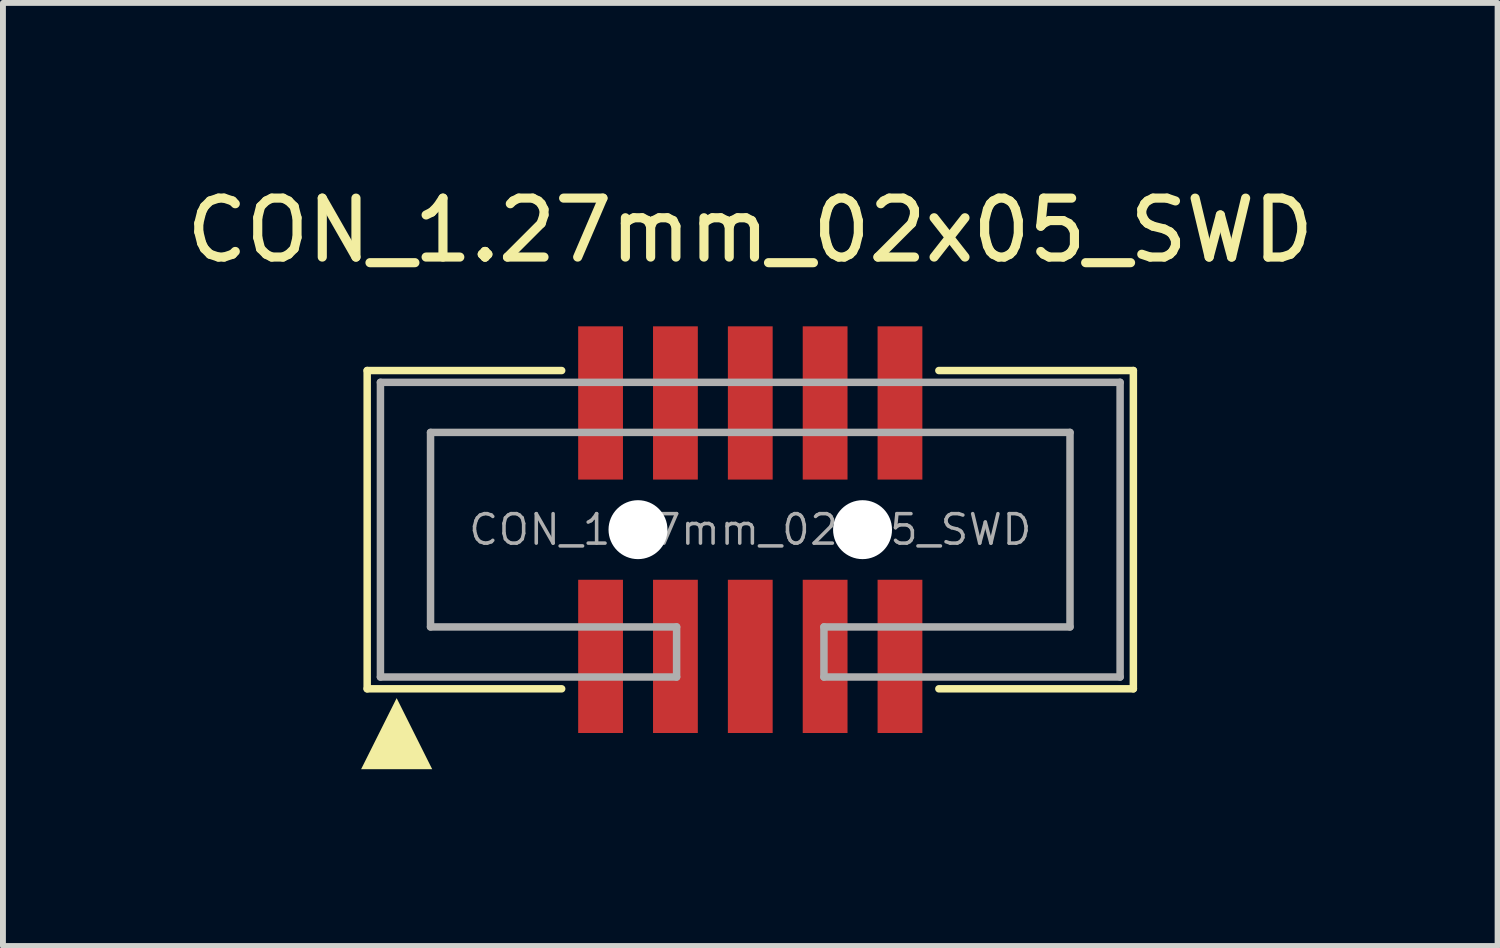
<source format=kicad_pcb>
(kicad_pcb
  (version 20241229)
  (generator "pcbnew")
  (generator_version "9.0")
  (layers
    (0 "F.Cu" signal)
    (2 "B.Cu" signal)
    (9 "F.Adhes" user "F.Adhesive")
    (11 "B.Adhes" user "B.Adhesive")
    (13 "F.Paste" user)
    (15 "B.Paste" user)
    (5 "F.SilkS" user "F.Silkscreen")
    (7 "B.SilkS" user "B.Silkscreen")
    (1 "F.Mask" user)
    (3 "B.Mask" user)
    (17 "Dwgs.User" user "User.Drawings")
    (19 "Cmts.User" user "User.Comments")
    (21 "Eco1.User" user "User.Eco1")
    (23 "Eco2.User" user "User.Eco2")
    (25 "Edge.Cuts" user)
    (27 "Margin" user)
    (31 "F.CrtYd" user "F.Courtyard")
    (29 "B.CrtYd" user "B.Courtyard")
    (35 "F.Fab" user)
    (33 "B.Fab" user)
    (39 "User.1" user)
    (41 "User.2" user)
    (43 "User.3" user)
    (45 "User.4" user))
  (footprint "CON_1.27mm_02x05_SWD"
    (layer "F.Cu")
    (at 9.68 5.937)
    (property "Reference" "CON_1.27mm_02x05_SWD" (at 0 -5.08 0) (unlocked yes) (layer "F.SilkS") (effects (font (size 1 1) (thickness 0.155))))
    (attr smd)
    (fp_line (start -6.5 -2.7) (end -6.5 2.7) (stroke (width 0.127) (type solid)) (layer "F.SilkS"))
    (fp_line (start -6.5 2.7) (end -3.2 2.7) (stroke (width 0.127) (type solid)) (layer "F.SilkS"))
    (fp_line (start -3.2 -2.7) (end -6.5 -2.7) (stroke (width 0.127) (type solid)) (layer "F.SilkS"))
    (fp_line (start 3.2 -2.7) (end 6.5 -2.7) (stroke (width 0.127) (type solid)) (layer "F.SilkS"))
    (fp_line (start 6.5 -2.7) (end 6.5 2.7) (stroke (width 0.127) (type solid)) (layer "F.SilkS"))
    (fp_line (start 6.5 2.7) (end 3.2 2.7) (stroke (width 0.127) (type solid)) (layer "F.SilkS"))
    (fp_poly (pts (xy -5.397 4.064) (xy -6.603 4.064) (xy -6 2.858)) (stroke (width 0) (type default)) (fill yes) (layer "F.SilkS"))
    (fp_line (start -6.275 -2.5) (end 6.275 -2.5) (stroke (width 0.127) (type solid)) (layer "F.Fab"))
    (fp_line (start -6.275 2.5) (end -6.275 -2.5) (stroke (width 0.127) (type solid)) (layer "F.Fab"))
    (fp_line (start -5.425 -1.65) (end 5.425 -1.65) (stroke (width 0.127) (type solid)) (layer "F.Fab"))
    (fp_line (start -5.425 1.65) (end -5.425 -1.65) (stroke (width 0.127) (type solid)) (layer "F.Fab"))
    (fp_line (start -1.25 1.65) (end -5.425 1.65) (stroke (width 0.127) (type solid)) (layer "F.Fab"))
    (fp_line (start -1.25 1.65) (end -1.25 2.5) (stroke (width 0.127) (type solid)) (layer "F.Fab"))
    (fp_line (start -1.25 2.5) (end -6.275 2.5) (stroke (width 0.127) (type solid)) (layer "F.Fab"))
    (fp_line (start 1.25 1.65) (end 1.25 2.5) (stroke (width 0.127) (type solid)) (layer "F.Fab"))
    (fp_line (start 5.425 -1.65) (end 5.425 1.65) (stroke (width 0.127) (type solid)) (layer "F.Fab"))
    (fp_line (start 5.425 1.65) (end 1.25 1.65) (stroke (width 0.127) (type solid)) (layer "F.Fab"))
    (fp_line (start 6.275 -2.5) (end 6.275 2.5) (stroke (width 0.127) (type solid)) (layer "F.Fab"))
    (fp_line (start 6.275 2.5) (end 1.25 2.5) (stroke (width 0.127) (type solid)) (layer "F.Fab"))
    (fp_text user "${REFERENCE}" (at 0 0 0) (unlocked yes) (layer "F.Fab") (effects (font (size 0.5 0.5) (thickness 0.06))))
    (pad "" np_thru_hole circle (at -1.905 0) (size 1 1) (drill 1) (layers "*.Cu" "*.Mask"))
    (pad "" np_thru_hole circle (at 1.905 0) (size 1 1) (drill 1) (layers "*.Cu" "*.Mask"))
    (pad "1" smd rect (at -2.54 2.15) (size 0.76 2.6) (layers "F.Cu" "F.Mask"))
    (pad "2" smd rect (at -2.54 -2.15) (size 0.76 2.6) (layers "F.Cu" "F.Mask"))
    (pad "3" smd rect (at -1.27 2.15) (size 0.76 2.6) (layers "F.Cu" "F.Mask"))
    (pad "4" smd rect (at -1.27 -2.15) (size 0.76 2.6) (layers "F.Cu" "F.Mask"))
    (pad "5" smd rect (at 0 2.15) (size 0.76 2.6) (layers "F.Cu" "F.Mask"))
    (pad "6" smd rect (at 0 -2.15) (size 0.76 2.6) (layers "F.Cu" "F.Mask"))
    (pad "7" smd rect (at 1.27 2.15) (size 0.76 2.6) (layers "F.Cu" "F.Mask"))
    (pad "8" smd rect (at 1.27 -2.15) (size 0.76 2.6) (layers "F.Cu" "F.Mask"))
    (pad "9" smd rect (at 2.54 2.15) (size 0.76 2.6) (layers "F.Cu" "F.Mask"))
    (pad "10" smd rect (at 2.54 -2.15) (size 0.76 2.6) (layers "F.Cu" "F.Mask")))
  (gr_rect
    (start -3 -3)
    (end 22.36 13.001)
    (stroke (width 0.1) (type default))
    (fill no)
    (layer "Edge.Cuts")))
</source>
